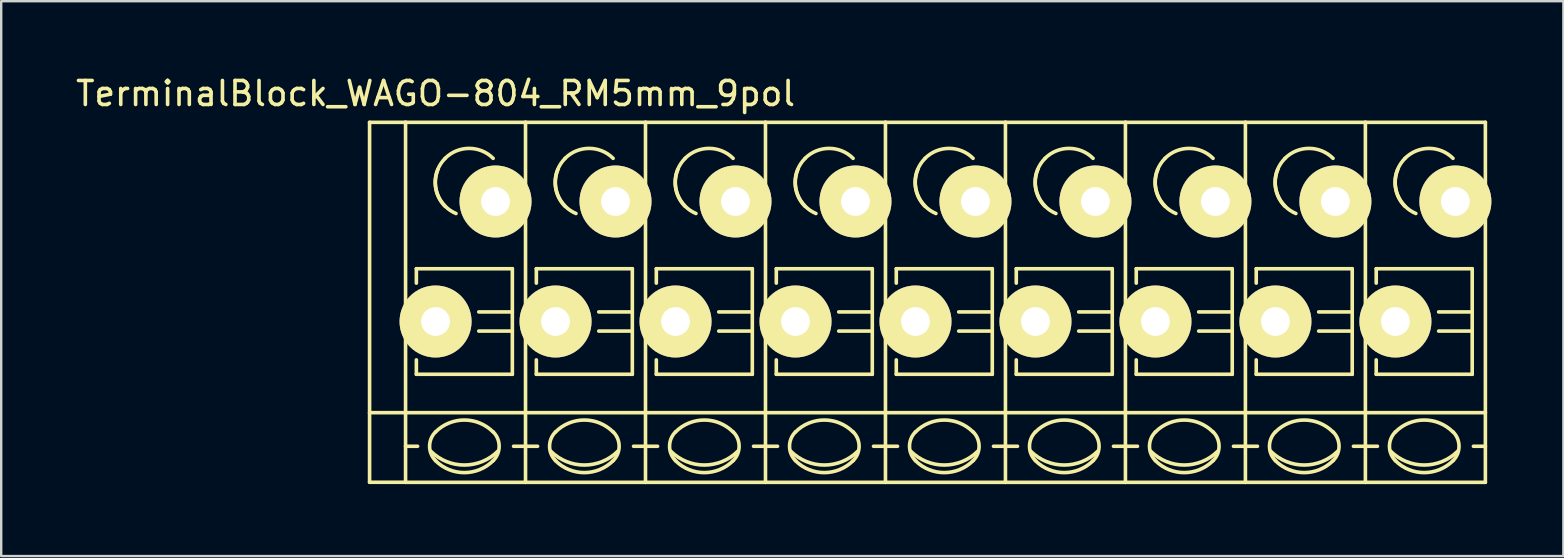
<source format=kicad_pcb>
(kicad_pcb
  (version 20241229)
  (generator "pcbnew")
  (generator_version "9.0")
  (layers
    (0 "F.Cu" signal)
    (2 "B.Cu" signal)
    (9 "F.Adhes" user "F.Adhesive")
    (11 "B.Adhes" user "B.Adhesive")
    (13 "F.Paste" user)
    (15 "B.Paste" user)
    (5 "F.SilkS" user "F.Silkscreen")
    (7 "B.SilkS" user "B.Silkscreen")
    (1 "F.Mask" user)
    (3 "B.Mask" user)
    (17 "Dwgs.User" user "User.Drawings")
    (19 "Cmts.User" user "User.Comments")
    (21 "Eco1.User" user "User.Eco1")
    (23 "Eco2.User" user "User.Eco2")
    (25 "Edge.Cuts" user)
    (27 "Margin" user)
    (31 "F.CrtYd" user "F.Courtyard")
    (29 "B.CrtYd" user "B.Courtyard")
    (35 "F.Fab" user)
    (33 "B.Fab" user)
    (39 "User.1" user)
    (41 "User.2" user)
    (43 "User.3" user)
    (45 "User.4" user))
  (footprint "TerminalBlock_WAGO-804_RM5mm_9pol"
    (layer "F.Cu")
    (at 15.101 10.348)
    (property "Reference" "TerminalBlock_WAGO-804_RM5mm_9pol" (at 0 -9.5 0) (layer "F.SilkS") (effects (font (size 1 1) (thickness 0.15))))
    (attr through_hole)
    (fp_line (start -2.75 -8.3) (end -1.25 -8.3) (stroke (width 0.15) (type solid)) (layer "F.SilkS"))
    (fp_line (start -2.75 6.7) (end -2.75 -8.3) (stroke (width 0.15) (type solid)) (layer "F.SilkS"))
    (fp_line (start -1.25 6.7) (end -2.75 6.7) (stroke (width 0.15) (type solid)) (layer "F.SilkS"))
    (fp_line (start -1.25 5.199) (end -0.749 5.199) (stroke (width 0.15) (type solid)) (layer "F.SilkS"))
    (fp_line (start -1.25 6.701) (end -1.25 -8.301) (stroke (width 0.15) (type solid)) (layer "F.SilkS"))
    (fp_line (start -0.8 -2.2) (end -0.8 -1.6) (stroke (width 0.15) (type solid)) (layer "F.SilkS"))
    (fp_line (start -0.8 -2.2) (end 3.2 -2.2) (stroke (width 0.15) (type solid)) (layer "F.SilkS"))
    (fp_line (start -0.8 2.2) (end -0.8 1.6) (stroke (width 0.15) (type solid)) (layer "F.SilkS"))
    (fp_line (start 3.2 -2.2) (end 3.2 2.2) (stroke (width 0.15) (type solid)) (layer "F.SilkS"))
    (fp_line (start 3.2 -0.399) (end 1.801 -0.399) (stroke (width 0.15) (type solid)) (layer "F.SilkS"))
    (fp_line (start 3.2 0.399) (end 1.801 0.399) (stroke (width 0.15) (type solid)) (layer "F.SilkS"))
    (fp_line (start 3.2 2.2) (end -0.8 2.2) (stroke (width 0.15) (type solid)) (layer "F.SilkS"))
    (fp_line (start 3.749 -8.301) (end -1.25 -8.301) (stroke (width 0.15) (type solid)) (layer "F.SilkS"))
    (fp_line (start 3.749 -8.301) (end 3.749 6.701) (stroke (width 0.15) (type solid)) (layer "F.SilkS"))
    (fp_line (start 3.749 5.199) (end 3.251 5.199) (stroke (width 0.15) (type solid)) (layer "F.SilkS"))
    (fp_line (start 3.749 6.701) (end -1.25 6.701) (stroke (width 0.15) (type solid)) (layer "F.SilkS"))
    (fp_line (start 3.75 3.8) (end -2.75 3.8) (stroke (width 0.15) (type solid)) (layer "F.SilkS"))
    (fp_line (start 3.75 3.8) (end 8.75 3.8) (stroke (width 0.15) (type solid)) (layer "F.SilkS"))
    (fp_line (start 3.75 5.199) (end 4.251 5.199) (stroke (width 0.15) (type solid)) (layer "F.SilkS"))
    (fp_line (start 4.2 -2.2) (end 4.2 -1.6) (stroke (width 0.15) (type solid)) (layer "F.SilkS"))
    (fp_line (start 4.2 -2.2) (end 8.2 -2.2) (stroke (width 0.15) (type solid)) (layer "F.SilkS"))
    (fp_line (start 4.2 2.2) (end 4.2 1.6) (stroke (width 0.15) (type solid)) (layer "F.SilkS"))
    (fp_line (start 8.2 -2.2) (end 8.2 2.2) (stroke (width 0.15) (type solid)) (layer "F.SilkS"))
    (fp_line (start 8.2 -0.399) (end 6.801 -0.399) (stroke (width 0.15) (type solid)) (layer "F.SilkS"))
    (fp_line (start 8.2 0.399) (end 6.801 0.399) (stroke (width 0.15) (type solid)) (layer "F.SilkS"))
    (fp_line (start 8.2 2.2) (end 4.2 2.2) (stroke (width 0.15) (type solid)) (layer "F.SilkS"))
    (fp_line (start 8.749 -8.301) (end 3.75 -8.301) (stroke (width 0.15) (type solid)) (layer "F.SilkS"))
    (fp_line (start 8.749 -8.301) (end 8.749 6.701) (stroke (width 0.15) (type solid)) (layer "F.SilkS"))
    (fp_line (start 8.749 5.199) (end 8.251 5.199) (stroke (width 0.15) (type solid)) (layer "F.SilkS"))
    (fp_line (start 8.749 6.701) (end 3.75 6.701) (stroke (width 0.15) (type solid)) (layer "F.SilkS"))
    (fp_line (start 8.75 3.8) (end 13.75 3.8) (stroke (width 0.15) (type solid)) (layer "F.SilkS"))
    (fp_line (start 8.75 5.199) (end 9.251 5.199) (stroke (width 0.15) (type solid)) (layer "F.SilkS"))
    (fp_line (start 9.2 -2.2) (end 9.2 -1.6) (stroke (width 0.15) (type solid)) (layer "F.SilkS"))
    (fp_line (start 9.2 -2.2) (end 13.2 -2.2) (stroke (width 0.15) (type solid)) (layer "F.SilkS"))
    (fp_line (start 9.2 2.2) (end 9.2 1.6) (stroke (width 0.15) (type solid)) (layer "F.SilkS"))
    (fp_line (start 13.2 -2.2) (end 13.2 2.2) (stroke (width 0.15) (type solid)) (layer "F.SilkS"))
    (fp_line (start 13.2 -0.399) (end 11.801 -0.399) (stroke (width 0.15) (type solid)) (layer "F.SilkS"))
    (fp_line (start 13.2 0.399) (end 11.801 0.399) (stroke (width 0.15) (type solid)) (layer "F.SilkS"))
    (fp_line (start 13.2 2.2) (end 9.2 2.2) (stroke (width 0.15) (type solid)) (layer "F.SilkS"))
    (fp_line (start 13.749 -8.301) (end 8.75 -8.301) (stroke (width 0.15) (type solid)) (layer "F.SilkS"))
    (fp_line (start 13.749 -8.301) (end 13.749 6.701) (stroke (width 0.15) (type solid)) (layer "F.SilkS"))
    (fp_line (start 13.749 5.199) (end 13.251 5.199) (stroke (width 0.15) (type solid)) (layer "F.SilkS"))
    (fp_line (start 13.749 6.701) (end 8.75 6.701) (stroke (width 0.15) (type solid)) (layer "F.SilkS"))
    (fp_line (start 13.75 3.8) (end 18.75 3.8) (stroke (width 0.15) (type solid)) (layer "F.SilkS"))
    (fp_line (start 13.75 5.199) (end 14.251 5.199) (stroke (width 0.15) (type solid)) (layer "F.SilkS"))
    (fp_line (start 14.2 -2.2) (end 14.2 -1.6) (stroke (width 0.15) (type solid)) (layer "F.SilkS"))
    (fp_line (start 14.2 -2.2) (end 18.2 -2.2) (stroke (width 0.15) (type solid)) (layer "F.SilkS"))
    (fp_line (start 14.2 2.2) (end 14.2 1.6) (stroke (width 0.15) (type solid)) (layer "F.SilkS"))
    (fp_line (start 18.2 -2.2) (end 18.2 2.2) (stroke (width 0.15) (type solid)) (layer "F.SilkS"))
    (fp_line (start 18.2 -0.399) (end 16.801 -0.399) (stroke (width 0.15) (type solid)) (layer "F.SilkS"))
    (fp_line (start 18.2 0.399) (end 16.801 0.399) (stroke (width 0.15) (type solid)) (layer "F.SilkS"))
    (fp_line (start 18.2 2.2) (end 14.2 2.2) (stroke (width 0.15) (type solid)) (layer "F.SilkS"))
    (fp_line (start 18.749 -8.301) (end 13.75 -8.301) (stroke (width 0.15) (type solid)) (layer "F.SilkS"))
    (fp_line (start 18.749 -8.301) (end 18.749 6.701) (stroke (width 0.15) (type solid)) (layer "F.SilkS"))
    (fp_line (start 18.749 5.199) (end 18.251 5.199) (stroke (width 0.15) (type solid)) (layer "F.SilkS"))
    (fp_line (start 18.749 6.701) (end 13.75 6.701) (stroke (width 0.15) (type solid)) (layer "F.SilkS"))
    (fp_line (start 18.75 3.8) (end 23.75 3.8) (stroke (width 0.15) (type solid)) (layer "F.SilkS"))
    (fp_line (start 18.75 5.199) (end 19.251 5.199) (stroke (width 0.15) (type solid)) (layer "F.SilkS"))
    (fp_line (start 19.2 -2.2) (end 19.2 -1.6) (stroke (width 0.15) (type solid)) (layer "F.SilkS"))
    (fp_line (start 19.2 -2.2) (end 23.2 -2.2) (stroke (width 0.15) (type solid)) (layer "F.SilkS"))
    (fp_line (start 19.2 2.2) (end 19.2 1.6) (stroke (width 0.15) (type solid)) (layer "F.SilkS"))
    (fp_line (start 23.2 -2.2) (end 23.2 2.2) (stroke (width 0.15) (type solid)) (layer "F.SilkS"))
    (fp_line (start 23.2 -0.399) (end 21.801 -0.399) (stroke (width 0.15) (type solid)) (layer "F.SilkS"))
    (fp_line (start 23.2 0.399) (end 21.801 0.399) (stroke (width 0.15) (type solid)) (layer "F.SilkS"))
    (fp_line (start 23.2 2.2) (end 19.2 2.2) (stroke (width 0.15) (type solid)) (layer "F.SilkS"))
    (fp_line (start 23.749 -8.301) (end 18.75 -8.301) (stroke (width 0.15) (type solid)) (layer "F.SilkS"))
    (fp_line (start 23.749 -8.301) (end 23.749 6.701) (stroke (width 0.15) (type solid)) (layer "F.SilkS"))
    (fp_line (start 23.749 5.199) (end 23.251 5.199) (stroke (width 0.15) (type solid)) (layer "F.SilkS"))
    (fp_line (start 23.749 6.701) (end 18.75 6.701) (stroke (width 0.15) (type solid)) (layer "F.SilkS"))
    (fp_line (start 23.75 3.8) (end 28.75 3.8) (stroke (width 0.15) (type solid)) (layer "F.SilkS"))
    (fp_line (start 23.75 5.199) (end 24.251 5.199) (stroke (width 0.15) (type solid)) (layer "F.SilkS"))
    (fp_line (start 24.2 -2.2) (end 24.2 -1.6) (stroke (width 0.15) (type solid)) (layer "F.SilkS"))
    (fp_line (start 24.2 -2.2) (end 28.2 -2.2) (stroke (width 0.15) (type solid)) (layer "F.SilkS"))
    (fp_line (start 24.2 2.2) (end 24.2 1.6) (stroke (width 0.15) (type solid)) (layer "F.SilkS"))
    (fp_line (start 28.2 -2.2) (end 28.2 2.2) (stroke (width 0.15) (type solid)) (layer "F.SilkS"))
    (fp_line (start 28.2 -0.399) (end 26.801 -0.399) (stroke (width 0.15) (type solid)) (layer "F.SilkS"))
    (fp_line (start 28.2 0.399) (end 26.801 0.399) (stroke (width 0.15) (type solid)) (layer "F.SilkS"))
    (fp_line (start 28.2 2.2) (end 24.2 2.2) (stroke (width 0.15) (type solid)) (layer "F.SilkS"))
    (fp_line (start 28.749 -8.301) (end 23.75 -8.301) (stroke (width 0.15) (type solid)) (layer "F.SilkS"))
    (fp_line (start 28.749 -8.301) (end 28.749 6.701) (stroke (width 0.15) (type solid)) (layer "F.SilkS"))
    (fp_line (start 28.749 5.199) (end 28.251 5.199) (stroke (width 0.15) (type solid)) (layer "F.SilkS"))
    (fp_line (start 28.749 6.701) (end 23.75 6.701) (stroke (width 0.15) (type solid)) (layer "F.SilkS"))
    (fp_line (start 28.75 3.8) (end 33.75 3.8) (stroke (width 0.15) (type solid)) (layer "F.SilkS"))
    (fp_line (start 28.75 5.199) (end 29.251 5.199) (stroke (width 0.15) (type solid)) (layer "F.SilkS"))
    (fp_line (start 29.2 -2.2) (end 29.2 -1.6) (stroke (width 0.15) (type solid)) (layer "F.SilkS"))
    (fp_line (start 29.2 -2.2) (end 33.2 -2.2) (stroke (width 0.15) (type solid)) (layer "F.SilkS"))
    (fp_line (start 29.2 2.2) (end 29.2 1.6) (stroke (width 0.15) (type solid)) (layer "F.SilkS"))
    (fp_line (start 33.2 -2.2) (end 33.2 2.2) (stroke (width 0.15) (type solid)) (layer "F.SilkS"))
    (fp_line (start 33.2 -0.399) (end 31.801 -0.399) (stroke (width 0.15) (type solid)) (layer "F.SilkS"))
    (fp_line (start 33.2 0.399) (end 31.801 0.399) (stroke (width 0.15) (type solid)) (layer "F.SilkS"))
    (fp_line (start 33.2 2.2) (end 29.2 2.2) (stroke (width 0.15) (type solid)) (layer "F.SilkS"))
    (fp_line (start 33.749 -8.301) (end 28.75 -8.301) (stroke (width 0.15) (type solid)) (layer "F.SilkS"))
    (fp_line (start 33.749 -8.301) (end 33.749 6.701) (stroke (width 0.15) (type solid)) (layer "F.SilkS"))
    (fp_line (start 33.749 5.199) (end 33.251 5.199) (stroke (width 0.15) (type solid)) (layer "F.SilkS"))
    (fp_line (start 33.749 6.701) (end 28.75 6.701) (stroke (width 0.15) (type solid)) (layer "F.SilkS"))
    (fp_line (start 33.75 3.8) (end 38.75 3.8) (stroke (width 0.15) (type solid)) (layer "F.SilkS"))
    (fp_line (start 33.75 5.199) (end 34.251 5.199) (stroke (width 0.15) (type solid)) (layer "F.SilkS"))
    (fp_line (start 34.2 -2.2) (end 34.2 -1.6) (stroke (width 0.15) (type solid)) (layer "F.SilkS"))
    (fp_line (start 34.2 -2.2) (end 38.2 -2.2) (stroke (width 0.15) (type solid)) (layer "F.SilkS"))
    (fp_line (start 34.2 2.2) (end 34.2 1.6) (stroke (width 0.15) (type solid)) (layer "F.SilkS"))
    (fp_line (start 38.2 -2.2) (end 38.2 2.2) (stroke (width 0.15) (type solid)) (layer "F.SilkS"))
    (fp_line (start 38.2 -0.399) (end 36.801 -0.399) (stroke (width 0.15) (type solid)) (layer "F.SilkS"))
    (fp_line (start 38.2 0.399) (end 36.801 0.399) (stroke (width 0.15) (type solid)) (layer "F.SilkS"))
    (fp_line (start 38.2 2.2) (end 34.2 2.2) (stroke (width 0.15) (type solid)) (layer "F.SilkS"))
    (fp_line (start 38.749 -8.301) (end 33.75 -8.301) (stroke (width 0.15) (type solid)) (layer "F.SilkS"))
    (fp_line (start 38.749 -8.301) (end 38.749 6.701) (stroke (width 0.15) (type solid)) (layer "F.SilkS"))
    (fp_line (start 38.749 5.199) (end 38.251 5.199) (stroke (width 0.15) (type solid)) (layer "F.SilkS"))
    (fp_line (start 38.749 6.701) (end 33.75 6.701) (stroke (width 0.15) (type solid)) (layer "F.SilkS"))
    (fp_line (start 38.75 3.8) (end 43.75 3.8) (stroke (width 0.15) (type solid)) (layer "F.SilkS"))
    (fp_line (start 38.75 5.199) (end 39.251 5.199) (stroke (width 0.15) (type solid)) (layer "F.SilkS"))
    (fp_line (start 39.2 -2.2) (end 39.2 -1.6) (stroke (width 0.15) (type solid)) (layer "F.SilkS"))
    (fp_line (start 39.2 -2.2) (end 43.2 -2.2) (stroke (width 0.15) (type solid)) (layer "F.SilkS"))
    (fp_line (start 39.2 2.2) (end 39.2 1.6) (stroke (width 0.15) (type solid)) (layer "F.SilkS"))
    (fp_line (start 43.2 -2.2) (end 43.2 2.2) (stroke (width 0.15) (type solid)) (layer "F.SilkS"))
    (fp_line (start 43.2 -0.399) (end 41.801 -0.399) (stroke (width 0.15) (type solid)) (layer "F.SilkS"))
    (fp_line (start 43.2 0.399) (end 41.801 0.399) (stroke (width 0.15) (type solid)) (layer "F.SilkS"))
    (fp_line (start 43.2 2.2) (end 39.2 2.2) (stroke (width 0.15) (type solid)) (layer "F.SilkS"))
    (fp_line (start 43.749 -8.301) (end 38.75 -8.301) (stroke (width 0.15) (type solid)) (layer "F.SilkS"))
    (fp_line (start 43.749 -8.301) (end 43.749 6.701) (stroke (width 0.15) (type solid)) (layer "F.SilkS"))
    (fp_line (start 43.749 5.199) (end 43.251 5.199) (stroke (width 0.15) (type solid)) (layer "F.SilkS"))
    (fp_line (start 43.749 6.701) (end 38.75 6.701) (stroke (width 0.15) (type solid)) (layer "F.SilkS"))
    (fp_arc (start 0 4.60248) (mid 1.19888 4.105888) (end 2.39776 4.60248) (stroke (width 0.15) (type solid)) (layer "F.SilkS"))
    (fp_arc (start 0 5.79882) (mid -0.248296 5.19938) (end 0 4.59994) (stroke (width 0.15) (type solid)) (layer "F.SilkS"))
    (fp_arc (start 0.39878 -6.79958) (mid 1.39954 -7.214108) (end 2.4003 -6.79958) (stroke (width 0.15) (type solid)) (layer "F.SilkS"))
    (fp_arc (start 0.39878 -4.8006) (mid -0.013952 -5.800616) (end 0.40132 -6.79958) (stroke (width 0.15) (type solid)) (layer "F.SilkS"))
    (fp_arc (start 0.8509 -4.50088) (mid 0.093811 -5.268985) (end 0.1016 -6.34746) (stroke (width 0.15) (type solid)) (layer "F.SilkS"))
    (fp_arc (start 2.4003 5.79882) (mid 1.200676 6.297208) (end 0 5.80136) (stroke (width 0.15) (type solid)) (layer "F.SilkS"))
    (fp_arc (start 2.40284 4.59994) (mid 2.650392 5.201176) (end 2.4003 5.80136) (stroke (width 0.15) (type solid)) (layer "F.SilkS"))
    (fp_arc (start 2.60096 5.40004) (mid 1.200676 5.981545) (end -0.20066 5.40258) (stroke (width 0.15) (type solid)) (layer "F.SilkS"))
    (fp_arc (start 5 4.60248) (mid 6.19888 4.105888) (end 7.39776 4.60248) (stroke (width 0.15) (type solid)) (layer "F.SilkS"))
    (fp_arc (start 5 5.79882) (mid 4.751704 5.19938) (end 5 4.59994) (stroke (width 0.15) (type solid)) (layer "F.SilkS"))
    (fp_arc (start 5.39878 -6.79958) (mid 6.39954 -7.214108) (end 7.4003 -6.79958) (stroke (width 0.15) (type solid)) (layer "F.SilkS"))
    (fp_arc (start 5.39878 -4.8006) (mid 4.986048 -5.800616) (end 5.40132 -6.79958) (stroke (width 0.15) (type solid)) (layer "F.SilkS"))
    (fp_arc (start 5.8509 -4.50088) (mid 5.093811 -5.268985) (end 5.1016 -6.34746) (stroke (width 0.15) (type solid)) (layer "F.SilkS"))
    (fp_arc (start 7.4003 5.79882) (mid 6.200676 6.297208) (end 5 5.80136) (stroke (width 0.15) (type solid)) (layer "F.SilkS"))
    (fp_arc (start 7.40284 4.59994) (mid 7.650392 5.201176) (end 7.4003 5.80136) (stroke (width 0.15) (type solid)) (layer "F.SilkS"))
    (fp_arc (start 7.60096 5.40004) (mid 6.200676 5.981545) (end 4.79934 5.40258) (stroke (width 0.15) (type solid)) (layer "F.SilkS"))
    (fp_arc (start 10 4.60248) (mid 11.19888 4.105888) (end 12.39776 4.60248) (stroke (width 0.15) (type solid)) (layer "F.SilkS"))
    (fp_arc (start 10 5.79882) (mid 9.751704 5.19938) (end 10 4.59994) (stroke (width 0.15) (type solid)) (layer "F.SilkS"))
    (fp_arc (start 10.39878 -6.79958) (mid 11.39954 -7.214108) (end 12.4003 -6.79958) (stroke (width 0.15) (type solid)) (layer "F.SilkS"))
    (fp_arc (start 10.39878 -4.8006) (mid 9.986048 -5.800616) (end 10.40132 -6.79958) (stroke (width 0.15) (type solid)) (layer "F.SilkS"))
    (fp_arc (start 10.8509 -4.50088) (mid 10.093811 -5.268985) (end 10.1016 -6.34746) (stroke (width 0.15) (type solid)) (layer "F.SilkS"))
    (fp_arc (start 12.4003 5.79882) (mid 11.200676 6.297208) (end 10 5.80136) (stroke (width 0.15) (type solid)) (layer "F.SilkS"))
    (fp_arc (start 12.40284 4.59994) (mid 12.650392 5.201176) (end 12.4003 5.80136) (stroke (width 0.15) (type solid)) (layer "F.SilkS"))
    (fp_arc (start 12.60096 5.40004) (mid 11.200676 5.981545) (end 9.79934 5.40258) (stroke (width 0.15) (type solid)) (layer "F.SilkS"))
    (fp_arc (start 15 4.60248) (mid 16.19888 4.105888) (end 17.39776 4.60248) (stroke (width 0.15) (type solid)) (layer "F.SilkS"))
    (fp_arc (start 15 5.79882) (mid 14.751704 5.19938) (end 15 4.59994) (stroke (width 0.15) (type solid)) (layer "F.SilkS"))
    (fp_arc (start 15.39878 -6.79958) (mid 16.39954 -7.214108) (end 17.4003 -6.79958) (stroke (width 0.15) (type solid)) (layer "F.SilkS"))
    (fp_arc (start 15.39878 -4.8006) (mid 14.986048 -5.800616) (end 15.40132 -6.79958) (stroke (width 0.15) (type solid)) (layer "F.SilkS"))
    (fp_arc (start 15.8509 -4.50088) (mid 15.093811 -5.268985) (end 15.1016 -6.34746) (stroke (width 0.15) (type solid)) (layer "F.SilkS"))
    (fp_arc (start 17.4003 5.79882) (mid 16.200676 6.297208) (end 15 5.80136) (stroke (width 0.15) (type solid)) (layer "F.SilkS"))
    (fp_arc (start 17.40284 4.59994) (mid 17.650392 5.201176) (end 17.4003 5.80136) (stroke (width 0.15) (type solid)) (layer "F.SilkS"))
    (fp_arc (start 17.60096 5.40004) (mid 16.200676 5.981545) (end 14.79934 5.40258) (stroke (width 0.15) (type solid)) (layer "F.SilkS"))
    (fp_arc (start 20 4.60248) (mid 21.19888 4.105888) (end 22.39776 4.60248) (stroke (width 0.15) (type solid)) (layer "F.SilkS"))
    (fp_arc (start 20 5.79882) (mid 19.751704 5.19938) (end 20 4.59994) (stroke (width 0.15) (type solid)) (layer "F.SilkS"))
    (fp_arc (start 20.39878 -6.79958) (mid 21.39954 -7.214108) (end 22.4003 -6.79958) (stroke (width 0.15) (type solid)) (layer "F.SilkS"))
    (fp_arc (start 20.39878 -4.8006) (mid 19.986048 -5.800616) (end 20.40132 -6.79958) (stroke (width 0.15) (type solid)) (layer "F.SilkS"))
    (fp_arc (start 20.8509 -4.50088) (mid 20.093811 -5.268985) (end 20.1016 -6.34746) (stroke (width 0.15) (type solid)) (layer "F.SilkS"))
    (fp_arc (start 22.4003 5.79882) (mid 21.200676 6.297208) (end 20 5.80136) (stroke (width 0.15) (type solid)) (layer "F.SilkS"))
    (fp_arc (start 22.40284 4.59994) (mid 22.650392 5.201176) (end 22.4003 5.80136) (stroke (width 0.15) (type solid)) (layer "F.SilkS"))
    (fp_arc (start 22.60096 5.40004) (mid 21.200676 5.981545) (end 19.79934 5.40258) (stroke (width 0.15) (type solid)) (layer "F.SilkS"))
    (fp_arc (start 25 4.60248) (mid 26.19888 4.105888) (end 27.39776 4.60248) (stroke (width 0.15) (type solid)) (layer "F.SilkS"))
    (fp_arc (start 25 5.79882) (mid 24.751704 5.19938) (end 25 4.59994) (stroke (width 0.15) (type solid)) (layer "F.SilkS"))
    (fp_arc (start 25.39878 -6.79958) (mid 26.39954 -7.214108) (end 27.4003 -6.79958) (stroke (width 0.15) (type solid)) (layer "F.SilkS"))
    (fp_arc (start 25.39878 -4.8006) (mid 24.986048 -5.800616) (end 25.40132 -6.79958) (stroke (width 0.15) (type solid)) (layer "F.SilkS"))
    (fp_arc (start 25.8509 -4.50088) (mid 25.093811 -5.268985) (end 25.1016 -6.34746) (stroke (width 0.15) (type solid)) (layer "F.SilkS"))
    (fp_arc (start 27.4003 5.79882) (mid 26.200676 6.297208) (end 25 5.80136) (stroke (width 0.15) (type solid)) (layer "F.SilkS"))
    (fp_arc (start 27.40284 4.59994) (mid 27.650392 5.201176) (end 27.4003 5.80136) (stroke (width 0.15) (type solid)) (layer "F.SilkS"))
    (fp_arc (start 27.60096 5.40004) (mid 26.200676 5.981545) (end 24.79934 5.40258) (stroke (width 0.15) (type solid)) (layer "F.SilkS"))
    (fp_arc (start 30 4.60248) (mid 31.19888 4.105888) (end 32.39776 4.60248) (stroke (width 0.15) (type solid)) (layer "F.SilkS"))
    (fp_arc (start 30 5.79882) (mid 29.751704 5.19938) (end 30 4.59994) (stroke (width 0.15) (type solid)) (layer "F.SilkS"))
    (fp_arc (start 30.39878 -6.79958) (mid 31.39954 -7.214108) (end 32.4003 -6.79958) (stroke (width 0.15) (type solid)) (layer "F.SilkS"))
    (fp_arc (start 30.39878 -4.8006) (mid 29.986048 -5.800616) (end 30.40132 -6.79958) (stroke (width 0.15) (type solid)) (layer "F.SilkS"))
    (fp_arc (start 30.8509 -4.50088) (mid 30.093811 -5.268985) (end 30.1016 -6.34746) (stroke (width 0.15) (type solid)) (layer "F.SilkS"))
    (fp_arc (start 32.4003 5.79882) (mid 31.200676 6.297208) (end 30 5.80136) (stroke (width 0.15) (type solid)) (layer "F.SilkS"))
    (fp_arc (start 32.40284 4.59994) (mid 32.650392 5.201176) (end 32.4003 5.80136) (stroke (width 0.15) (type solid)) (layer "F.SilkS"))
    (fp_arc (start 32.60096 5.40004) (mid 31.200676 5.981545) (end 29.79934 5.40258) (stroke (width 0.15) (type solid)) (layer "F.SilkS"))
    (fp_arc (start 35 4.60248) (mid 36.19888 4.105888) (end 37.39776 4.60248) (stroke (width 0.15) (type solid)) (layer "F.SilkS"))
    (fp_arc (start 35 5.79882) (mid 34.751704 5.19938) (end 35 4.59994) (stroke (width 0.15) (type solid)) (layer "F.SilkS"))
    (fp_arc (start 35.39878 -6.79958) (mid 36.39954 -7.214108) (end 37.4003 -6.79958) (stroke (width 0.15) (type solid)) (layer "F.SilkS"))
    (fp_arc (start 35.39878 -4.8006) (mid 34.986048 -5.800616) (end 35.40132 -6.79958) (stroke (width 0.15) (type solid)) (layer "F.SilkS"))
    (fp_arc (start 35.8509 -4.50088) (mid 35.093811 -5.268985) (end 35.1016 -6.34746) (stroke (width 0.15) (type solid)) (layer "F.SilkS"))
    (fp_arc (start 37.4003 5.79882) (mid 36.200676 6.297208) (end 35 5.80136) (stroke (width 0.15) (type solid)) (layer "F.SilkS"))
    (fp_arc (start 37.40284 4.59994) (mid 37.650392 5.201176) (end 37.4003 5.80136) (stroke (width 0.15) (type solid)) (layer "F.SilkS"))
    (fp_arc (start 37.60096 5.40004) (mid 36.200676 5.981545) (end 34.79934 5.40258) (stroke (width 0.15) (type solid)) (layer "F.SilkS"))
    (fp_arc (start 40 4.60248) (mid 41.19888 4.105888) (end 42.39776 4.60248) (stroke (width 0.15) (type solid)) (layer "F.SilkS"))
    (fp_arc (start 40 5.79882) (mid 39.751704 5.19938) (end 40 4.59994) (stroke (width 0.15) (type solid)) (layer "F.SilkS"))
    (fp_arc (start 40.39878 -6.79958) (mid 41.39954 -7.214108) (end 42.4003 -6.79958) (stroke (width 0.15) (type solid)) (layer "F.SilkS"))
    (fp_arc (start 40.39878 -4.8006) (mid 39.986048 -5.800616) (end 40.40132 -6.79958) (stroke (width 0.15) (type solid)) (layer "F.SilkS"))
    (fp_arc (start 40.8509 -4.50088) (mid 40.093811 -5.268985) (end 40.1016 -6.34746) (stroke (width 0.15) (type solid)) (layer "F.SilkS"))
    (fp_arc (start 42.4003 5.79882) (mid 41.200676 6.297208) (end 40 5.80136) (stroke (width 0.15) (type solid)) (layer "F.SilkS"))
    (fp_arc (start 42.40284 4.59994) (mid 42.650392 5.201176) (end 42.4003 5.80136) (stroke (width 0.15) (type solid)) (layer "F.SilkS"))
    (fp_arc (start 42.60096 5.40004) (mid 41.200676 5.981545) (end 39.79934 5.40258) (stroke (width 0.15) (type solid)) (layer "F.SilkS"))
    (pad "1" thru_hole circle (at 0 0) (size 3 3) (drill 1.2) (layers "*.Cu" "*.Mask" "F.SilkS"))
    (pad "1" thru_hole circle (at 2.499 -5.001) (size 3 3) (drill 1.2) (layers "*.Cu" "*.Mask" "F.SilkS"))
    (pad "2" thru_hole circle (at 5 0) (size 3 3) (drill 1.2) (layers "*.Cu" "*.Mask" "F.SilkS"))
    (pad "2" thru_hole circle (at 7.499 -5.001) (size 3 3) (drill 1.2) (layers "*.Cu" "*.Mask" "F.SilkS"))
    (pad "3" thru_hole circle (at 10 0) (size 3 3) (drill 1.2) (layers "*.Cu" "*.Mask" "F.SilkS"))
    (pad "3" thru_hole circle (at 12.499 -5.001) (size 3 3) (drill 1.2) (layers "*.Cu" "*.Mask" "F.SilkS"))
    (pad "4" thru_hole circle (at 15 0) (size 3 3) (drill 1.2) (layers "*.Cu" "*.Mask" "F.SilkS"))
    (pad "4" thru_hole circle (at 17.499 -5.001) (size 3 3) (drill 1.2) (layers "*.Cu" "*.Mask" "F.SilkS"))
    (pad "5" thru_hole circle (at 20 0) (size 3 3) (drill 1.2) (layers "*.Cu" "*.Mask" "F.SilkS"))
    (pad "5" thru_hole circle (at 22.499 -5.001) (size 3 3) (drill 1.2) (layers "*.Cu" "*.Mask" "F.SilkS"))
    (pad "6" thru_hole circle (at 25 0) (size 3 3) (drill 1.2) (layers "*.Cu" "*.Mask" "F.SilkS"))
    (pad "6" thru_hole circle (at 27.499 -5.001) (size 3 3) (drill 1.2) (layers "*.Cu" "*.Mask" "F.SilkS"))
    (pad "7" thru_hole circle (at 30 0) (size 3 3) (drill 1.2) (layers "*.Cu" "*.Mask" "F.SilkS"))
    (pad "7" thru_hole circle (at 32.499 -5.001) (size 3 3) (drill 1.2) (layers "*.Cu" "*.Mask" "F.SilkS"))
    (pad "8" thru_hole circle (at 35 0) (size 3 3) (drill 1.2) (layers "*.Cu" "*.Mask" "F.SilkS"))
    (pad "8" thru_hole circle (at 37.499 -5.001) (size 3 3) (drill 1.2) (layers "*.Cu" "*.Mask" "F.SilkS"))
    (pad "9" thru_hole circle (at 40 0) (size 3 3) (drill 1.2) (layers "*.Cu" "*.Mask" "F.SilkS"))
    (pad "9" thru_hole circle (at 42.499 -5.001) (size 3 3) (drill 1.2) (layers "*.Cu" "*.Mask" "F.SilkS")))
  (gr_rect
    (start -3 -3)
    (end 62.101 20.124)
    (stroke (width 0.1) (type default))
    (fill no)
    (layer "Edge.Cuts")))
</source>
